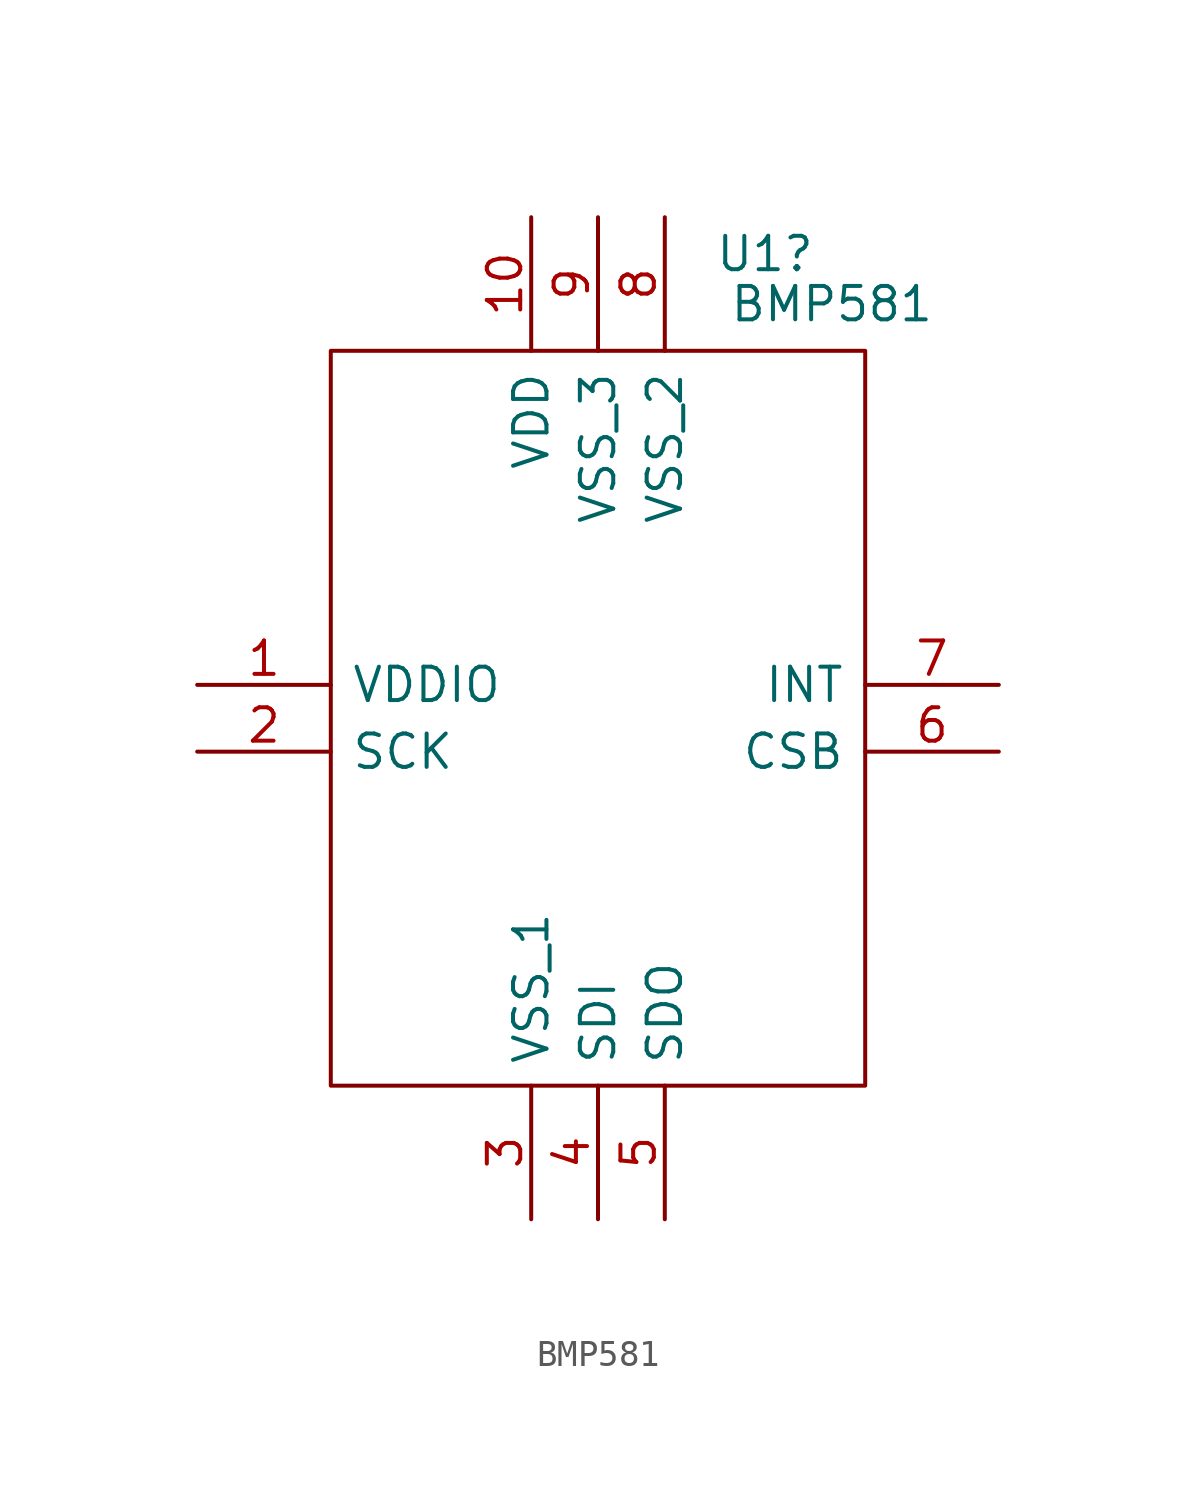
<source format=kicad_sym>
(kicad_symbol_lib
  (version 20220914)
  (generator kicad_symbol_editor)
  (symbol "BMP581"
    (pin_names
      (offset 0.762))
    (property "Reference" "U1"
      (at 21.59 16.383 0)
      (effects (font (size 1.27 1.27))))
    (property "Value" "BMP581"
      (at 24.13 14.478 0)
      (effects (font (size 1.27 1.27))))
    (symbol "BMP581_0_0"
      (pin passive line (at 0 0 0) (length 5.08) (name "VDDIO" (effects (font (size 1.27 1.27)))) (number "1" (effects (font (size 1.27 1.27)))))
      (pin passive line (at 12.7 17.78 270) (length 5.08) (name "VDD" (effects (font (size 1.27 1.27)))) (number "10" (effects (font (size 1.27 1.27)))))
      (pin passive line (at 0 -2.54 0) (length 5.08) (name "SCK" (effects (font (size 1.27 1.27)))) (number "2" (effects (font (size 1.27 1.27)))))
      (pin passive line (at 12.7 -20.32 90) (length 5.08) (name "VSS_1" (effects (font (size 1.27 1.27)))) (number "3" (effects (font (size 1.27 1.27)))))
      (pin passive line (at 15.24 -20.32 90) (length 5.08) (name "SDI" (effects (font (size 1.27 1.27)))) (number "4" (effects (font (size 1.27 1.27)))))
      (pin passive line (at 17.78 -20.32 90) (length 5.08) (name "SDO" (effects (font (size 1.27 1.27)))) (number "5" (effects (font (size 1.27 1.27)))))
      (pin passive line (at 30.48 -2.54 180) (length 5.08) (name "CSB" (effects (font (size 1.27 1.27)))) (number "6" (effects (font (size 1.27 1.27)))))
      (pin passive line (at 30.48 0 180) (length 5.08) (name "INT" (effects (font (size 1.27 1.27)))) (number "7" (effects (font (size 1.27 1.27)))))
      (pin passive line (at 17.78 17.78 270) (length 5.08) (name "VSS_2" (effects (font (size 1.27 1.27)))) (number "8" (effects (font (size 1.27 1.27)))))
      (pin passive line (at 15.24 17.78 270) (length 5.08) (name "VSS_3" (effects (font (size 1.27 1.27)))) (number "9" (effects (font (size 1.27 1.27))))))
    (symbol "BMP581_0_1"
      (polyline (pts (xy 5.08 12.7) (xy 25.4 12.7) (xy 25.4 -15.24) (xy 5.08 -15.24) (xy 5.08 12.7)) (stroke (width 0.152) (type solid)) (fill (type none))))))
</source>
